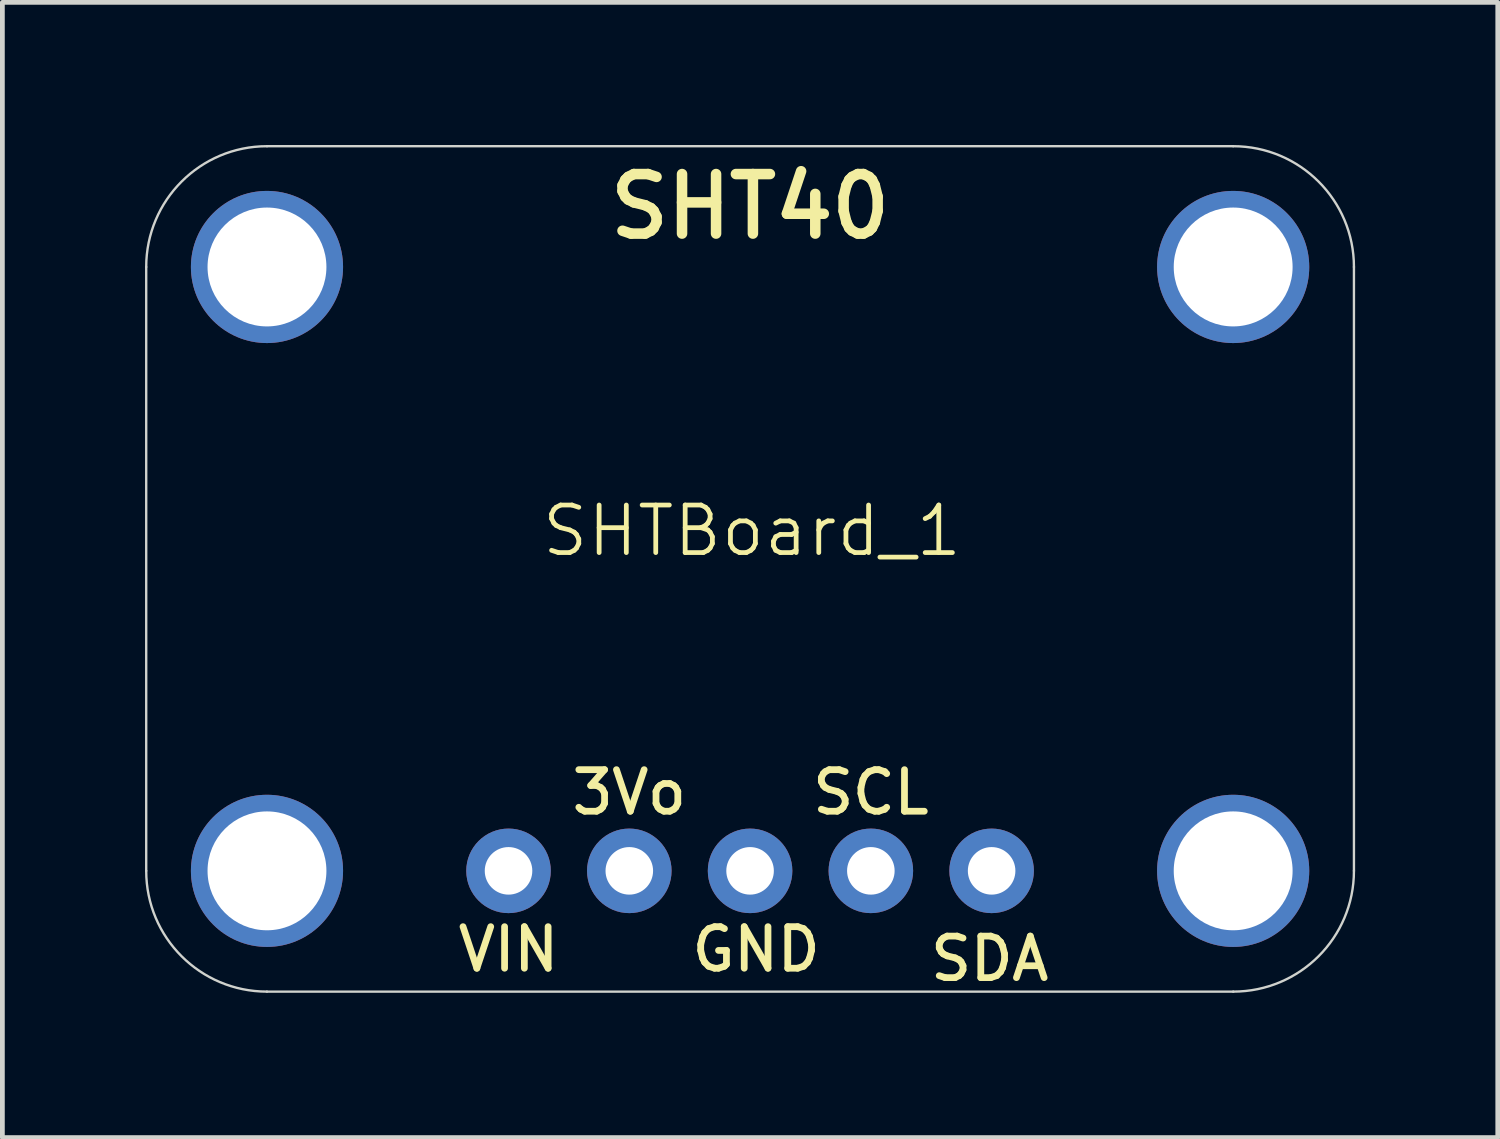
<source format=kicad_pcb>
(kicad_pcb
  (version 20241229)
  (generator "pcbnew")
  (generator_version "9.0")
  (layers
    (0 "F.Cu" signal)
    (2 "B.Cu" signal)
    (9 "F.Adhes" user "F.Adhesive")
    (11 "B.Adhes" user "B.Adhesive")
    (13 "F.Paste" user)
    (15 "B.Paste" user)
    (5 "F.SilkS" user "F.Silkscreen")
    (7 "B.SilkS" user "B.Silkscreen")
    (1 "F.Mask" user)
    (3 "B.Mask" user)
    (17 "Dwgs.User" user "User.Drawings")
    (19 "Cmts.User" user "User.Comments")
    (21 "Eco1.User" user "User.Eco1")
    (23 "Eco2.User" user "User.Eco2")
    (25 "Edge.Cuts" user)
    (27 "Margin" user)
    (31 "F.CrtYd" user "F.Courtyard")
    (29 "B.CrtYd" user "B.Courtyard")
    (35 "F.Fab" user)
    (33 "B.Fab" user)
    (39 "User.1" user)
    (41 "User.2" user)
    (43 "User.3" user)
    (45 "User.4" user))
  (footprint "SHTBoard_1"
    (layer "F.Cu")
    (at 12.765 8.614)
    (property "Reference" "SHTBoard_1" (at 0 -0.5 0) (unlocked yes) (layer "F.SilkS") (effects (font (size 1 1) (thickness 0.1))))
    (attr smd)
    (fp_line (start -12.74 -6.049) (end -12.74 6.651) (stroke (width 0.05) (type solid)) (layer "Edge.Cuts"))
    (fp_line (start -10.2 9.191) (end 10.12 9.191) (stroke (width 0.05) (type solid)) (layer "Edge.Cuts"))
    (fp_line (start 10.12 -8.589) (end -10.2 -8.589) (stroke (width 0.05) (type solid)) (layer "Edge.Cuts"))
    (fp_line (start 12.66 6.651) (end 12.66 -6.049) (stroke (width 0.05) (type solid)) (layer "Edge.Cuts"))
    (fp_arc (start -12.74 -6.049) (mid -11.996051 -7.845051) (end -10.2 -8.589) (stroke (width 0.05) (type solid)) (layer "Edge.Cuts"))
    (fp_arc (start -10.2 9.191) (mid -11.996051 8.447051) (end -12.74 6.651) (stroke (width 0.05) (type solid)) (layer "Edge.Cuts"))
    (fp_arc (start 10.12 -8.589) (mid 11.916051 -7.845051) (end 12.66 -6.049) (stroke (width 0.05) (type solid)) (layer "Edge.Cuts"))
    (fp_arc (start 12.66 6.651) (mid 11.916051 8.447051) (end 10.12 9.191) (stroke (width 0.05) (type solid)) (layer "Edge.Cuts"))
    (fp_text user "VIN" (at -5.12 8.302 0) (unlocked yes) (layer "F.SilkS") (effects (font (size 0.874 0.874) (thickness 0.142))))
    (fp_text user "3Vo" (at -2.58 5 0) (unlocked yes) (layer "F.SilkS") (effects (font (size 0.874 0.874) (thickness 0.142))))
    (fp_text user "GND" (at 0.087 8.302 0) (unlocked yes) (layer "F.SilkS") (effects (font (size 0.874 0.874) (thickness 0.142))))
    (fp_text user "SCL" (at 2.5 5 0) (unlocked yes) (layer "F.SilkS") (effects (font (size 0.874 0.874) (thickness 0.142))))
    (fp_text user "SDA" (at 5 8.5 0) (unlocked yes) (layer "F.SilkS") (effects (font (size 0.874 0.874) (thickness 0.142))))
    (fp_text user "SHT40" (at -0.04 -7.319 0) (unlocked yes) (layer "F.SilkS") (effects (font (size 1.252 1.252) (thickness 0.221))))
    (pad "1" thru_hole circle (at -5.12 6.651 90) (size 1.778 1.778) (drill 1) (layers "*.Cu" "*.Mask"))
    (pad "2" thru_hole circle (at -2.58 6.651 90) (size 1.778 1.778) (drill 1) (layers "*.Cu" "*.Mask"))
    (pad "3" thru_hole circle (at -0.04 6.651 90) (size 1.778 1.778) (drill 1) (layers "*.Cu" "*.Mask"))
    (pad "4" thru_hole circle (at 2.5 6.651 90) (size 1.778 1.778) (drill 1) (layers "*.Cu" "*.Mask"))
    (pad "5" thru_hole circle (at 5.04 6.651 90) (size 1.778 1.778) (drill 1) (layers "*.Cu" "*.Mask"))
    (pad "P$1" thru_hole circle (at -10.2 -6.049) (size 3.2 3.2) (drill 2.5) (layers "*.Cu" "*.Mask"))
    (pad "P$1" thru_hole circle (at -10.2 6.651) (size 3.2 3.2) (drill 2.5) (layers "*.Cu" "*.Mask"))
    (pad "P$1" thru_hole circle (at 10.12 -6.049) (size 3.2 3.2) (drill 2.5) (layers "*.Cu" "*.Mask"))
    (pad "P$1" thru_hole circle (at 10.12 6.651) (size 3.2 3.2) (drill 2.5) (layers "*.Cu" "*.Mask"))
    (zone (net_name "") (layer "F.Cu") (hatch edge 0.5) (connect_pads) (min_thickness 0.25) (filled_areas_thickness no) (keepout (tracks not_allowed) (vias not_allowed) (pads not_allowed) (copperpour not_allowed) (footprints allowed)) (placement (enabled no)) (fill) (polygon (pts (xy 4.581 2.565) (xy 4.561 2.284) (xy 4.503 2.009) (xy 4.407 1.745) (xy 4.275 1.497) (xy 4.109 1.269) (xy 3.914 1.067) (xy 3.692 0.894) (xy 3.449 0.753) (xy 3.188 0.648) (xy 2.915 0.58) (xy 2.635 0.55) (xy 2.354 0.56) (xy 2.077 0.609) (xy 1.81 0.696) (xy 1.557 0.819) (xy 1.324 0.976) (xy 1.115 1.165) (xy 0.934 1.38) (xy 0.785 1.619) (xy 0.671 1.875) (xy 0.593 2.146) (xy 0.554 2.424) (xy 0.554 2.706) (xy 0.593 2.984) (xy 0.671 3.255) (xy 0.785 3.511) (xy 0.934 3.75) (xy 1.115 3.965) (xy 1.324 4.154) (xy 1.557 4.311) (xy 1.81 4.434) (xy 2.077 4.521) (xy 2.354 4.57) (xy 2.635 4.58) (xy 2.915 4.55) (xy 3.188 4.482) (xy 3.449 4.377) (xy 3.692 4.236) (xy 3.914 4.063) (xy 4.109 3.861) (xy 4.275 3.633) (xy 4.407 3.385) (xy 4.503 3.121) (xy 4.561 2.846))) (polygon (pts (xy 2.549 2.565) (xy 2.554 2.576) (xy 2.565 2.581) (xy 2.576 2.576) (xy 2.581 2.565) (xy 2.576 2.554) (xy 2.565 2.549) (xy 2.554 2.554))))
    (zone (net_name "") (layer "F.Cu") (hatch edge 0.5) (connect_pads) (min_thickness 0.25) (filled_areas_thickness no) (keepout (tracks not_allowed) (vias not_allowed) (pads not_allowed) (copperpour not_allowed) (footprints allowed)) (placement (enabled no)) (fill) (polygon (pts (xy 4.581 15.265) (xy 4.561 14.984) (xy 4.503 14.709) (xy 4.407 14.445) (xy 4.275 14.197) (xy 4.109 13.969) (xy 3.914 13.767) (xy 3.692 13.594) (xy 3.449 13.453) (xy 3.188 13.348) (xy 2.915 13.28) (xy 2.635 13.25) (xy 2.354 13.26) (xy 2.077 13.309) (xy 1.81 13.396) (xy 1.557 13.519) (xy 1.324 13.676) (xy 1.115 13.865) (xy 0.934 14.08) (xy 0.785 14.319) (xy 0.671 14.575) (xy 0.593 14.846) (xy 0.554 15.124) (xy 0.554 15.406) (xy 0.593 15.684) (xy 0.671 15.955) (xy 0.785 16.211) (xy 0.934 16.45) (xy 1.115 16.665) (xy 1.324 16.854) (xy 1.557 17.011) (xy 1.81 17.134) (xy 2.077 17.221) (xy 2.354 17.27) (xy 2.635 17.28) (xy 2.915 17.25) (xy 3.188 17.182) (xy 3.449 17.077) (xy 3.692 16.936) (xy 3.914 16.763) (xy 4.109 16.561) (xy 4.275 16.333) (xy 4.407 16.085) (xy 4.503 15.821) (xy 4.561 15.546))) (polygon (pts (xy 2.549 15.265) (xy 2.554 15.276) (xy 2.565 15.281) (xy 2.576 15.276) (xy 2.581 15.265) (xy 2.576 15.254) (xy 2.565 15.249) (xy 2.554 15.254))))
    (zone (net_name "") (layer "F.Cu") (hatch edge 0.5) (connect_pads) (min_thickness 0.25) (filled_areas_thickness no) (keepout (tracks not_allowed) (vias not_allowed) (pads not_allowed) (copperpour not_allowed) (footprints allowed)) (placement (enabled no)) (fill) (polygon (pts (xy 24.901 2.565) (xy 24.881 2.284) (xy 24.823 2.009) (xy 24.727 1.745) (xy 24.595 1.497) (xy 24.429 1.269) (xy 24.234 1.067) (xy 24.012 0.894) (xy 23.769 0.753) (xy 23.508 0.648) (xy 23.235 0.58) (xy 22.955 0.55) (xy 22.674 0.56) (xy 22.397 0.609) (xy 22.13 0.696) (xy 21.877 0.819) (xy 21.644 0.976) (xy 21.435 1.165) (xy 21.254 1.38) (xy 21.105 1.619) (xy 20.991 1.875) (xy 20.913 2.146) (xy 20.874 2.424) (xy 20.874 2.706) (xy 20.913 2.984) (xy 20.991 3.255) (xy 21.105 3.511) (xy 21.254 3.75) (xy 21.435 3.965) (xy 21.644 4.154) (xy 21.877 4.311) (xy 22.13 4.434) (xy 22.397 4.521) (xy 22.674 4.57) (xy 22.955 4.58) (xy 23.235 4.55) (xy 23.508 4.482) (xy 23.769 4.377) (xy 24.012 4.236) (xy 24.234 4.063) (xy 24.429 3.861) (xy 24.595 3.633) (xy 24.727 3.385) (xy 24.823 3.121) (xy 24.881 2.846))) (polygon (pts (xy 22.869 2.565) (xy 22.874 2.576) (xy 22.885 2.581) (xy 22.896 2.576) (xy 22.901 2.565) (xy 22.896 2.554) (xy 22.885 2.549) (xy 22.874 2.554))))
    (zone (net_name "") (layer "F.Cu") (hatch edge 0.5) (connect_pads) (min_thickness 0.25) (filled_areas_thickness no) (keepout (tracks not_allowed) (vias not_allowed) (pads not_allowed) (copperpour not_allowed) (footprints allowed)) (placement (enabled no)) (fill) (polygon (pts (xy 24.901 15.265) (xy 24.881 14.984) (xy 24.823 14.709) (xy 24.727 14.445) (xy 24.595 14.197) (xy 24.429 13.969) (xy 24.234 13.767) (xy 24.012 13.594) (xy 23.769 13.453) (xy 23.508 13.348) (xy 23.235 13.28) (xy 22.955 13.25) (xy 22.674 13.26) (xy 22.397 13.309) (xy 22.13 13.396) (xy 21.877 13.519) (xy 21.644 13.676) (xy 21.435 13.865) (xy 21.254 14.08) (xy 21.105 14.319) (xy 20.991 14.575) (xy 20.913 14.846) (xy 20.874 15.124) (xy 20.874 15.406) (xy 20.913 15.684) (xy 20.991 15.955) (xy 21.105 16.211) (xy 21.254 16.45) (xy 21.435 16.665) (xy 21.644 16.854) (xy 21.877 17.011) (xy 22.13 17.134) (xy 22.397 17.221) (xy 22.674 17.27) (xy 22.955 17.28) (xy 23.235 17.25) (xy 23.508 17.182) (xy 23.769 17.077) (xy 24.012 16.936) (xy 24.234 16.763) (xy 24.429 16.561) (xy 24.595 16.333) (xy 24.727 16.085) (xy 24.823 15.821) (xy 24.881 15.546))) (polygon (pts (xy 22.869 15.265) (xy 22.874 15.276) (xy 22.885 15.281) (xy 22.896 15.276) (xy 22.901 15.265) (xy 22.896 15.254) (xy 22.885 15.249) (xy 22.874 15.254))))
    (zone (net_name "") (layer "B.Cu") (hatch edge 0.5) (connect_pads) (min_thickness 0.25) (filled_areas_thickness no) (keepout (tracks not_allowed) (vias not_allowed) (pads not_allowed) (copperpour not_allowed) (footprints allowed)) (placement (enabled no)) (fill) (polygon (pts (xy 4.581 2.565) (xy 4.561 2.284) (xy 4.503 2.009) (xy 4.407 1.745) (xy 4.275 1.497) (xy 4.109 1.269) (xy 3.914 1.067) (xy 3.692 0.894) (xy 3.449 0.753) (xy 3.188 0.648) (xy 2.915 0.58) (xy 2.635 0.55) (xy 2.354 0.56) (xy 2.077 0.609) (xy 1.81 0.696) (xy 1.557 0.819) (xy 1.324 0.976) (xy 1.115 1.165) (xy 0.934 1.38) (xy 0.785 1.619) (xy 0.671 1.875) (xy 0.593 2.146) (xy 0.554 2.424) (xy 0.554 2.706) (xy 0.593 2.984) (xy 0.671 3.255) (xy 0.785 3.511) (xy 0.934 3.75) (xy 1.115 3.965) (xy 1.324 4.154) (xy 1.557 4.311) (xy 1.81 4.434) (xy 2.077 4.521) (xy 2.354 4.57) (xy 2.635 4.58) (xy 2.915 4.55) (xy 3.188 4.482) (xy 3.449 4.377) (xy 3.692 4.236) (xy 3.914 4.063) (xy 4.109 3.861) (xy 4.275 3.633) (xy 4.407 3.385) (xy 4.503 3.121) (xy 4.561 2.846))) (polygon (pts (xy 2.549 2.565) (xy 2.554 2.576) (xy 2.565 2.581) (xy 2.576 2.576) (xy 2.581 2.565) (xy 2.576 2.554) (xy 2.565 2.549) (xy 2.554 2.554))))
    (zone (net_name "") (layer "B.Cu") (hatch edge 0.5) (connect_pads) (min_thickness 0.25) (filled_areas_thickness no) (keepout (tracks not_allowed) (vias not_allowed) (pads not_allowed) (copperpour not_allowed) (footprints allowed)) (placement (enabled no)) (fill) (polygon (pts (xy 4.581 15.265) (xy 4.561 14.984) (xy 4.503 14.709) (xy 4.407 14.445) (xy 4.275 14.197) (xy 4.109 13.969) (xy 3.914 13.767) (xy 3.692 13.594) (xy 3.449 13.453) (xy 3.188 13.348) (xy 2.915 13.28) (xy 2.635 13.25) (xy 2.354 13.26) (xy 2.077 13.309) (xy 1.81 13.396) (xy 1.557 13.519) (xy 1.324 13.676) (xy 1.115 13.865) (xy 0.934 14.08) (xy 0.785 14.319) (xy 0.671 14.575) (xy 0.593 14.846) (xy 0.554 15.124) (xy 0.554 15.406) (xy 0.593 15.684) (xy 0.671 15.955) (xy 0.785 16.211) (xy 0.934 16.45) (xy 1.115 16.665) (xy 1.324 16.854) (xy 1.557 17.011) (xy 1.81 17.134) (xy 2.077 17.221) (xy 2.354 17.27) (xy 2.635 17.28) (xy 2.915 17.25) (xy 3.188 17.182) (xy 3.449 17.077) (xy 3.692 16.936) (xy 3.914 16.763) (xy 4.109 16.561) (xy 4.275 16.333) (xy 4.407 16.085) (xy 4.503 15.821) (xy 4.561 15.546))) (polygon (pts (xy 2.549 15.265) (xy 2.554 15.276) (xy 2.565 15.281) (xy 2.576 15.276) (xy 2.581 15.265) (xy 2.576 15.254) (xy 2.565 15.249) (xy 2.554 15.254))))
    (zone (net_name "") (layer "B.Cu") (hatch edge 0.5) (connect_pads) (min_thickness 0.25) (filled_areas_thickness no) (keepout (tracks not_allowed) (vias not_allowed) (pads not_allowed) (copperpour not_allowed) (footprints allowed)) (placement (enabled no)) (fill) (polygon (pts (xy 24.901 2.565) (xy 24.881 2.284) (xy 24.823 2.009) (xy 24.727 1.745) (xy 24.595 1.497) (xy 24.429 1.269) (xy 24.234 1.067) (xy 24.012 0.894) (xy 23.769 0.753) (xy 23.508 0.648) (xy 23.235 0.58) (xy 22.955 0.55) (xy 22.674 0.56) (xy 22.397 0.609) (xy 22.13 0.696) (xy 21.877 0.819) (xy 21.644 0.976) (xy 21.435 1.165) (xy 21.254 1.38) (xy 21.105 1.619) (xy 20.991 1.875) (xy 20.913 2.146) (xy 20.874 2.424) (xy 20.874 2.706) (xy 20.913 2.984) (xy 20.991 3.255) (xy 21.105 3.511) (xy 21.254 3.75) (xy 21.435 3.965) (xy 21.644 4.154) (xy 21.877 4.311) (xy 22.13 4.434) (xy 22.397 4.521) (xy 22.674 4.57) (xy 22.955 4.58) (xy 23.235 4.55) (xy 23.508 4.482) (xy 23.769 4.377) (xy 24.012 4.236) (xy 24.234 4.063) (xy 24.429 3.861) (xy 24.595 3.633) (xy 24.727 3.385) (xy 24.823 3.121) (xy 24.881 2.846))) (polygon (pts (xy 22.869 2.565) (xy 22.874 2.576) (xy 22.885 2.581) (xy 22.896 2.576) (xy 22.901 2.565) (xy 22.896 2.554) (xy 22.885 2.549) (xy 22.874 2.554))))
    (zone (net_name "") (layer "B.Cu") (hatch edge 0.5) (connect_pads) (min_thickness 0.25) (filled_areas_thickness no) (keepout (tracks not_allowed) (vias not_allowed) (pads not_allowed) (copperpour not_allowed) (footprints allowed)) (placement (enabled no)) (fill) (polygon (pts (xy 24.901 15.265) (xy 24.881 14.984) (xy 24.823 14.709) (xy 24.727 14.445) (xy 24.595 14.197) (xy 24.429 13.969) (xy 24.234 13.767) (xy 24.012 13.594) (xy 23.769 13.453) (xy 23.508 13.348) (xy 23.235 13.28) (xy 22.955 13.25) (xy 22.674 13.26) (xy 22.397 13.309) (xy 22.13 13.396) (xy 21.877 13.519) (xy 21.644 13.676) (xy 21.435 13.865) (xy 21.254 14.08) (xy 21.105 14.319) (xy 20.991 14.575) (xy 20.913 14.846) (xy 20.874 15.124) (xy 20.874 15.406) (xy 20.913 15.684) (xy 20.991 15.955) (xy 21.105 16.211) (xy 21.254 16.45) (xy 21.435 16.665) (xy 21.644 16.854) (xy 21.877 17.011) (xy 22.13 17.134) (xy 22.397 17.221) (xy 22.674 17.27) (xy 22.955 17.28) (xy 23.235 17.25) (xy 23.508 17.182) (xy 23.769 17.077) (xy 24.012 16.936) (xy 24.234 16.763) (xy 24.429 16.561) (xy 24.595 16.333) (xy 24.727 16.085) (xy 24.823 15.821) (xy 24.881 15.546))) (polygon (pts (xy 22.869 15.265) (xy 22.874 15.276) (xy 22.885 15.281) (xy 22.896 15.276) (xy 22.901 15.265) (xy 22.896 15.254) (xy 22.885 15.249) (xy 22.874 15.254)))))
  (gr_rect
    (start -3 -3)
    (end 28.45 20.875)
    (stroke (width 0.1) (type default))
    (fill no)
    (layer "Edge.Cuts")))
</source>
